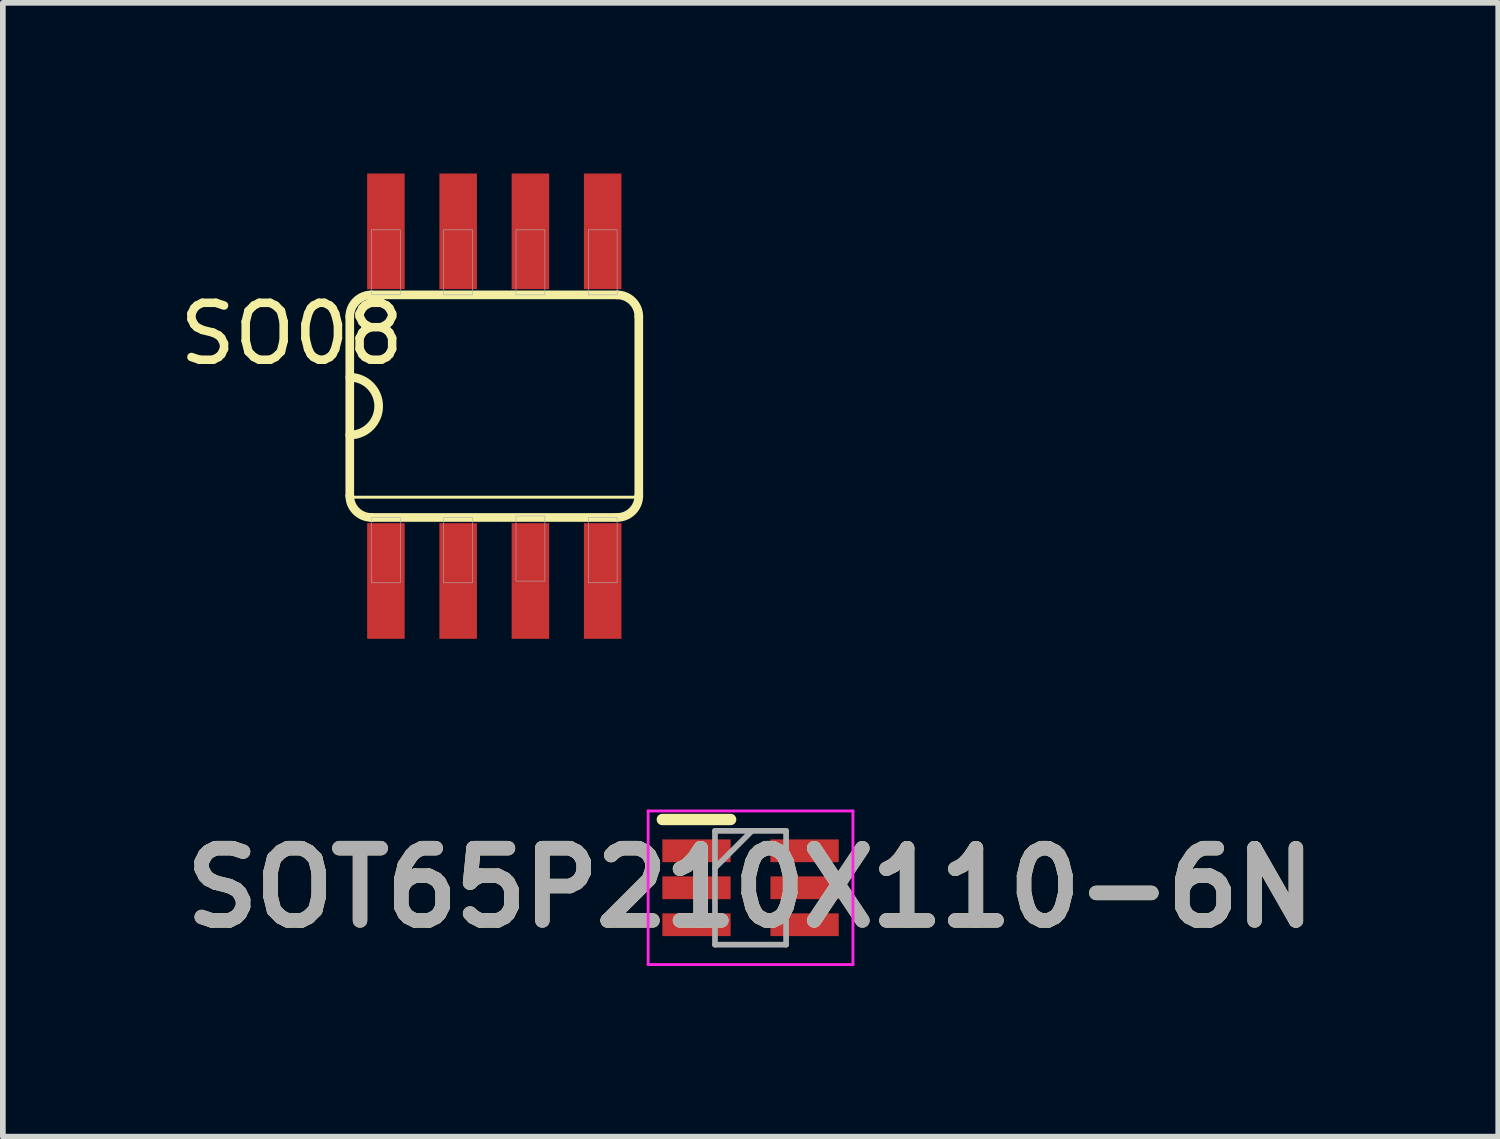
<source format=kicad_pcb>
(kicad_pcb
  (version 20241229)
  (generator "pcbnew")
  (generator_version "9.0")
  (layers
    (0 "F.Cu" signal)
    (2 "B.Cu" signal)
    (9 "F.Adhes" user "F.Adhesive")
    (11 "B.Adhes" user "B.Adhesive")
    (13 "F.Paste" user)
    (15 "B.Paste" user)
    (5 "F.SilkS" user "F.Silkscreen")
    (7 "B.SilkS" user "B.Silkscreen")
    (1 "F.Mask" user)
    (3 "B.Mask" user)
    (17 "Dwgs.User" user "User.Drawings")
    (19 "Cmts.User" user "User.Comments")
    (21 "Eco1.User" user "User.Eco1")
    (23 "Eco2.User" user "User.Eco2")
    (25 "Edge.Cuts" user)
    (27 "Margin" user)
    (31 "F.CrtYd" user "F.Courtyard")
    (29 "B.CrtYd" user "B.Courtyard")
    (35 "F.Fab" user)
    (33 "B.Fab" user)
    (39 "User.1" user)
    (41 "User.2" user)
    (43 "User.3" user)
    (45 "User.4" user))
  (footprint "SO08"
    (layer "F.Cu")
    (at 5.638 4.089)
    (property "Reference" "SO08" (at -3.559 -1.271 180) (layer "F.SilkS") (effects (font (size 1.001 1.001) (thickness 0.15))))
    (attr smd)
    (fp_line (start -2.54 -1.575) (end -2.54 1.575) (stroke (width 0.152) (type solid)) (layer "F.SilkS"))
    (fp_line (start -2.54 1.6) (end 2.54 1.6) (stroke (width 0.051) (type solid)) (layer "F.SilkS"))
    (fp_line (start -2.159 1.956) (end 2.159 1.956) (stroke (width 0.152) (type solid)) (layer "F.SilkS"))
    (fp_line (start 2.159 -1.956) (end -2.159 -1.956) (stroke (width 0.152) (type solid)) (layer "F.SilkS"))
    (fp_line (start 2.54 1.575) (end 2.54 -1.575) (stroke (width 0.152) (type solid)) (layer "F.SilkS"))
    (fp_arc (start -2.54 -1.5748) (mid -2.428408 -1.844208) (end -2.159 -1.9558) (stroke (width 0.1524) (type solid)) (layer "F.SilkS"))
    (fp_arc (start -2.54 -0.508) (mid -2.032 0) (end -2.54 0.508) (stroke (width 0.1524) (type solid)) (layer "F.SilkS"))
    (fp_arc (start -2.159 1.9558) (mid -2.428408 1.844208) (end -2.54 1.5748) (stroke (width 0.1524) (type solid)) (layer "F.SilkS"))
    (fp_arc (start 2.159 -1.9558) (mid 2.428408 -1.844208) (end 2.54 -1.5748) (stroke (width 0.1524) (type solid)) (layer "F.SilkS"))
    (fp_arc (start 2.54 1.5748) (mid 2.428408 1.844208) (end 2.159 1.9558) (stroke (width 0.1524) (type solid)) (layer "F.SilkS"))
    (fp_poly (pts (xy -2.163 1.956) (xy -1.651 1.956) (xy -1.651 3.105) (xy -2.163 3.105)) (stroke (width 0.01) (type solid)) (fill no) (layer "F.Fab"))
    (fp_poly (pts (xy -2.161 -3.099) (xy -1.651 -3.099) (xy -1.651 -1.958) (xy -2.161 -1.958)) (stroke (width 0.01) (type solid)) (fill no) (layer "F.Fab"))
    (fp_poly (pts (xy -0.891 1.956) (xy -0.381 1.956) (xy -0.381 3.105) (xy -0.891 3.105)) (stroke (width 0.01) (type solid)) (fill no) (layer "F.Fab"))
    (fp_poly (pts (xy -0.89 -3.099) (xy -0.381 -3.099) (xy -0.381 -1.957) (xy -0.89 -1.957)) (stroke (width 0.01) (type solid)) (fill no) (layer "F.Fab"))
    (fp_poly (pts (xy 0.381 -3.099) (xy 0.889 -3.099) (xy 0.889 -1.956) (xy 0.381 -1.956)) (stroke (width 0.01) (type solid)) (fill no) (layer "F.Fab"))
    (fp_poly (pts (xy 0.381 1.93) (xy 0.889 1.93) (xy 0.889 3.075) (xy 0.381 3.075)) (stroke (width 0.01) (type solid)) (fill no) (layer "F.Fab"))
    (fp_poly (pts (xy 1.652 -3.099) (xy 2.159 -3.099) (xy 2.159 -1.957) (xy 1.652 -1.957)) (stroke (width 0.01) (type solid)) (fill no) (layer "F.Fab"))
    (fp_poly (pts (xy 1.654 1.956) (xy 2.159 1.956) (xy 2.159 3.104) (xy 1.654 3.104)) (stroke (width 0.01) (type solid)) (fill no) (layer "F.Fab"))
    (pad "1" smd rect (at -1.905 3.073) (size 0.66 2.032) (layers "F.Cu" "F.Mask" "F.Paste"))
    (pad "2" smd rect (at -0.635 3.073) (size 0.66 2.032) (layers "F.Cu" "F.Mask" "F.Paste"))
    (pad "3" smd rect (at 0.635 3.073) (size 0.66 2.032) (layers "F.Cu" "F.Mask" "F.Paste"))
    (pad "4" smd rect (at 1.905 3.073) (size 0.66 2.032) (layers "F.Cu" "F.Mask" "F.Paste"))
    (pad "5" smd rect (at 1.905 -3.073) (size 0.66 2.032) (layers "F.Cu" "F.Mask" "F.Paste"))
    (pad "6" smd rect (at 0.635 -3.073) (size 0.66 2.032) (layers "F.Cu" "F.Mask" "F.Paste"))
    (pad "7" smd rect (at -0.635 -3.073) (size 0.66 2.032) (layers "F.Cu" "F.Mask" "F.Paste"))
    (pad "8" smd rect (at -1.905 -3.073) (size 0.66 2.032) (layers "F.Cu" "F.Mask" "F.Paste")))
  (footprint "SOT65P210X110-6N"
    (layer "F.Cu")
    (at 10.142 12.554)
    (property "Reference" "SOT65P210X110-6N" (at 0 0 0) (layer "F.SilkS") (effects (font (size 1.27 1.27) (thickness 0.254))))
    (attr smd)
    (fp_line (start -1.55 -1.2) (end -0.35 -1.2) (stroke (width 0.2) (type solid)) (layer "F.SilkS"))
    (fp_line (start -1.8 -1.35) (end 1.8 -1.35) (stroke (width 0.05) (type solid)) (layer "F.CrtYd"))
    (fp_line (start -1.8 1.35) (end -1.8 -1.35) (stroke (width 0.05) (type solid)) (layer "F.CrtYd"))
    (fp_line (start 1.8 -1.35) (end 1.8 1.35) (stroke (width 0.05) (type solid)) (layer "F.CrtYd"))
    (fp_line (start 1.8 1.35) (end -1.8 1.35) (stroke (width 0.05) (type solid)) (layer "F.CrtYd"))
    (fp_line (start -0.625 -1) (end 0.625 -1) (stroke (width 0.1) (type solid)) (layer "F.Fab"))
    (fp_line (start -0.625 -0.35) (end 0.025 -1) (stroke (width 0.1) (type solid)) (layer "F.Fab"))
    (fp_line (start -0.625 1) (end -0.625 -1) (stroke (width 0.1) (type solid)) (layer "F.Fab"))
    (fp_line (start 0.625 -1) (end 0.625 1) (stroke (width 0.1) (type solid)) (layer "F.Fab"))
    (fp_line (start 0.625 1) (end -0.625 1) (stroke (width 0.1) (type solid)) (layer "F.Fab"))
    (fp_text user "${REFERENCE}" (at 0 0 0) (layer "F.Fab") (effects (font (size 1.27 1.27) (thickness 0.254))))
    (pad "1" smd rect (at -0.95 -0.65 90) (size 0.4 1.2) (layers "F.Cu" "F.Mask" "F.Paste"))
    (pad "2" smd rect (at -0.95 0 90) (size 0.4 1.2) (layers "F.Cu" "F.Mask" "F.Paste"))
    (pad "3" smd rect (at -0.95 0.65 90) (size 0.4 1.2) (layers "F.Cu" "F.Mask" "F.Paste"))
    (pad "4" smd rect (at 0.95 0.65 90) (size 0.4 1.2) (layers "F.Cu" "F.Mask" "F.Paste"))
    (pad "5" smd rect (at 0.95 0 90) (size 0.4 1.2) (layers "F.Cu" "F.Mask" "F.Paste"))
    (pad "6" smd rect (at 0.95 -0.65 90) (size 0.4 1.2) (layers "F.Cu" "F.Mask" "F.Paste")))
  (gr_rect
    (start -3 -3)
    (end 23.284 16.929)
    (stroke (width 0.1) (type default))
    (fill no)
    (layer "Edge.Cuts")))
</source>
